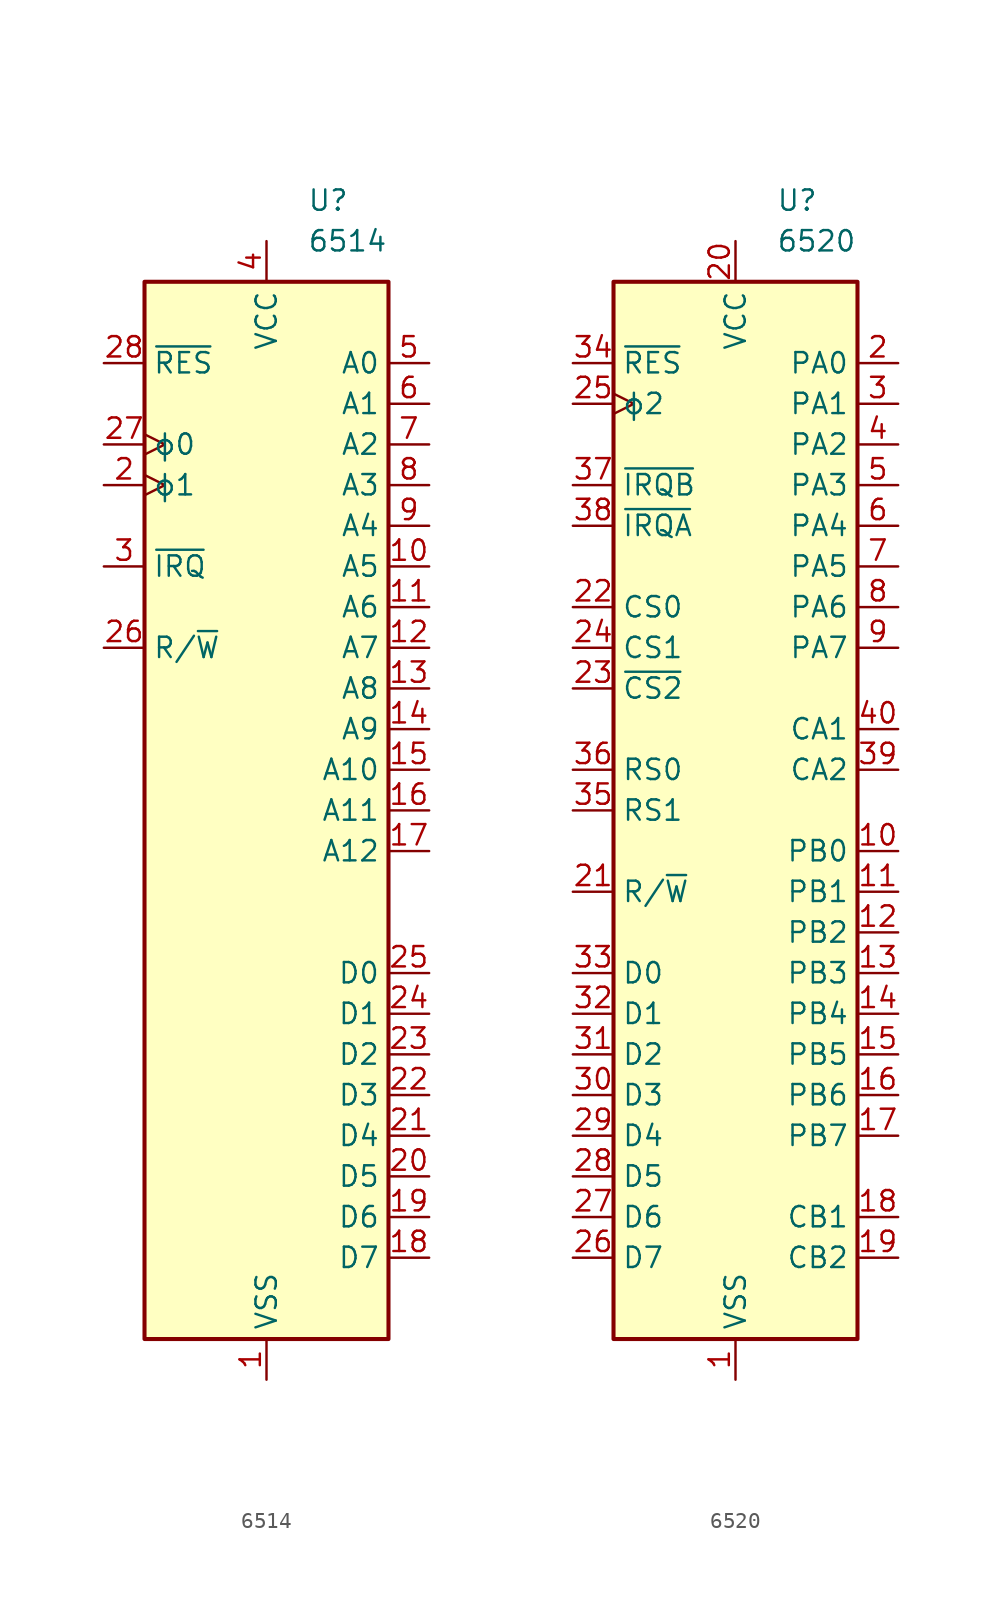
<source format=kicad_sym>
(kicad_symbol_lib
  (version 20220914)
  (generator kicad_symbol_editor)
  (symbol "6514"
    (property "Reference" "U"
      (at 2.54 38.1 0)
      (effects (font (size 1.27 1.27)) (justify left)))
    (property "Value" "6514"
      (at 2.54 35.56 0)
      (effects (font (size 1.27 1.27)) (justify left)))
    (symbol "6514_0_1"
      (rectangle (start -7.62 33.02) (end 7.62 -33.02) (stroke (width 0.254) (type default)) (fill (type background))))
    (symbol "6514_1_1"
      (pin power_in line (at 0 -35.56 90) (length 2.54) (name "VSS" (effects (font (size 1.27 1.27)))) (number "1" (effects (font (size 1.27 1.27)))))
      (pin output line (at 10.16 15.24 180) (length 2.54) (name "A5" (effects (font (size 1.27 1.27)))) (number "10" (effects (font (size 1.27 1.27)))))
      (pin output line (at 10.16 12.7 180) (length 2.54) (name "A6" (effects (font (size 1.27 1.27)))) (number "11" (effects (font (size 1.27 1.27)))))
      (pin output line (at 10.16 10.16 180) (length 2.54) (name "A7" (effects (font (size 1.27 1.27)))) (number "12" (effects (font (size 1.27 1.27)))))
      (pin output line (at 10.16 7.62 180) (length 2.54) (name "A8" (effects (font (size 1.27 1.27)))) (number "13" (effects (font (size 1.27 1.27)))))
      (pin output line (at 10.16 5.08 180) (length 2.54) (name "A9" (effects (font (size 1.27 1.27)))) (number "14" (effects (font (size 1.27 1.27)))))
      (pin output line (at 10.16 2.54 180) (length 2.54) (name "A10" (effects (font (size 1.27 1.27)))) (number "15" (effects (font (size 1.27 1.27)))))
      (pin output line (at 10.16 0 180) (length 2.54) (name "A11" (effects (font (size 1.27 1.27)))) (number "16" (effects (font (size 1.27 1.27)))))
      (pin output line (at 10.16 -2.54 180) (length 2.54) (name "A12" (effects (font (size 1.27 1.27)))) (number "17" (effects (font (size 1.27 1.27)))))
      (pin bidirectional line (at 10.16 -27.94 180) (length 2.54) (name "D7" (effects (font (size 1.27 1.27)))) (number "18" (effects (font (size 1.27 1.27)))))
      (pin bidirectional line (at 10.16 -25.4 180) (length 2.54) (name "D6" (effects (font (size 1.27 1.27)))) (number "19" (effects (font (size 1.27 1.27)))))
      (pin input clock (at -10.16 20.32 0) (length 2.54) (name "ϕ1" (effects (font (size 1.27 1.27)))) (number "2" (effects (font (size 1.27 1.27)))))
      (pin bidirectional line (at 10.16 -22.86 180) (length 2.54) (name "D5" (effects (font (size 1.27 1.27)))) (number "20" (effects (font (size 1.27 1.27)))))
      (pin bidirectional line (at 10.16 -20.32 180) (length 2.54) (name "D4" (effects (font (size 1.27 1.27)))) (number "21" (effects (font (size 1.27 1.27)))))
      (pin bidirectional line (at 10.16 -17.78 180) (length 2.54) (name "D3" (effects (font (size 1.27 1.27)))) (number "22" (effects (font (size 1.27 1.27)))))
      (pin bidirectional line (at 10.16 -15.24 180) (length 2.54) (name "D2" (effects (font (size 1.27 1.27)))) (number "23" (effects (font (size 1.27 1.27)))))
      (pin bidirectional line (at 10.16 -12.7 180) (length 2.54) (name "D1" (effects (font (size 1.27 1.27)))) (number "24" (effects (font (size 1.27 1.27)))))
      (pin bidirectional line (at 10.16 -10.16 180) (length 2.54) (name "D0" (effects (font (size 1.27 1.27)))) (number "25" (effects (font (size 1.27 1.27)))))
      (pin output line (at -10.16 10.16 0) (length 2.54) (name "R/~{W}" (effects (font (size 1.27 1.27)))) (number "26" (effects (font (size 1.27 1.27)))))
      (pin input clock (at -10.16 22.86 0) (length 2.54) (name "ϕ0" (effects (font (size 1.27 1.27)))) (number "27" (effects (font (size 1.27 1.27)))))
      (pin input line (at -10.16 27.94 0) (length 2.54) (name "~{RES}" (effects (font (size 1.27 1.27)))) (number "28" (effects (font (size 1.27 1.27)))))
      (pin input line (at -10.16 15.24 0) (length 2.54) (name "~{IRQ}" (effects (font (size 1.27 1.27)))) (number "3" (effects (font (size 1.27 1.27)))))
      (pin power_in line (at 0 35.56 270) (length 2.54) (name "VCC" (effects (font (size 1.27 1.27)))) (number "4" (effects (font (size 1.27 1.27)))))
      (pin output line (at 10.16 27.94 180) (length 2.54) (name "A0" (effects (font (size 1.27 1.27)))) (number "5" (effects (font (size 1.27 1.27)))))
      (pin output line (at 10.16 25.4 180) (length 2.54) (name "A1" (effects (font (size 1.27 1.27)))) (number "6" (effects (font (size 1.27 1.27)))))
      (pin output line (at 10.16 22.86 180) (length 2.54) (name "A2" (effects (font (size 1.27 1.27)))) (number "7" (effects (font (size 1.27 1.27)))))
      (pin output line (at 10.16 20.32 180) (length 2.54) (name "A3" (effects (font (size 1.27 1.27)))) (number "8" (effects (font (size 1.27 1.27)))))
      (pin output line (at 10.16 17.78 180) (length 2.54) (name "A4" (effects (font (size 1.27 1.27)))) (number "9" (effects (font (size 1.27 1.27)))))))
  (symbol "6520"
    (property "Reference" "U"
      (at 2.54 38.1 0)
      (effects (font (size 1.27 1.27)) (justify left)))
    (property "Value" "6520"
      (at 2.54 35.56 0)
      (effects (font (size 1.27 1.27)) (justify left)))
    (symbol "6520_0_1"
      (rectangle (start -7.62 33.02) (end 7.62 -33.02) (stroke (width 0.254) (type default)) (fill (type background))))
    (symbol "6520_1_1"
      (pin power_in line (at 0 -35.56 90) (length 2.54) (name "VSS" (effects (font (size 1.27 1.27)))) (number "1" (effects (font (size 1.27 1.27)))))
      (pin bidirectional line (at 10.16 -2.54 180) (length 2.54) (name "PB0" (effects (font (size 1.27 1.27)))) (number "10" (effects (font (size 1.27 1.27)))))
      (pin bidirectional line (at 10.16 -5.08 180) (length 2.54) (name "PB1" (effects (font (size 1.27 1.27)))) (number "11" (effects (font (size 1.27 1.27)))))
      (pin bidirectional line (at 10.16 -7.62 180) (length 2.54) (name "PB2" (effects (font (size 1.27 1.27)))) (number "12" (effects (font (size 1.27 1.27)))))
      (pin bidirectional line (at 10.16 -10.16 180) (length 2.54) (name "PB3" (effects (font (size 1.27 1.27)))) (number "13" (effects (font (size 1.27 1.27)))))
      (pin bidirectional line (at 10.16 -12.7 180) (length 2.54) (name "PB4" (effects (font (size 1.27 1.27)))) (number "14" (effects (font (size 1.27 1.27)))))
      (pin bidirectional line (at 10.16 -15.24 180) (length 2.54) (name "PB5" (effects (font (size 1.27 1.27)))) (number "15" (effects (font (size 1.27 1.27)))))
      (pin bidirectional line (at 10.16 -17.78 180) (length 2.54) (name "PB6" (effects (font (size 1.27 1.27)))) (number "16" (effects (font (size 1.27 1.27)))))
      (pin bidirectional line (at 10.16 -20.32 180) (length 2.54) (name "PB7" (effects (font (size 1.27 1.27)))) (number "17" (effects (font (size 1.27 1.27)))))
      (pin input line (at 10.16 -25.4 180) (length 2.54) (name "CB1" (effects (font (size 1.27 1.27)))) (number "18" (effects (font (size 1.27 1.27)))))
      (pin bidirectional line (at 10.16 -27.94 180) (length 2.54) (name "CB2" (effects (font (size 1.27 1.27)))) (number "19" (effects (font (size 1.27 1.27)))))
      (pin bidirectional line (at 10.16 27.94 180) (length 2.54) (name "PA0" (effects (font (size 1.27 1.27)))) (number "2" (effects (font (size 1.27 1.27)))))
      (pin power_in line (at 0 35.56 270) (length 2.54) (name "VCC" (effects (font (size 1.27 1.27)))) (number "20" (effects (font (size 1.27 1.27)))))
      (pin input line (at -10.16 -5.08 0) (length 2.54) (name "R/~{W}" (effects (font (size 1.27 1.27)))) (number "21" (effects (font (size 1.27 1.27)))))
      (pin input line (at -10.16 12.7 0) (length 2.54) (name "CS0" (effects (font (size 1.27 1.27)))) (number "22" (effects (font (size 1.27 1.27)))))
      (pin input line (at -10.16 7.62 0) (length 2.54) (name "~{CS2}" (effects (font (size 1.27 1.27)))) (number "23" (effects (font (size 1.27 1.27)))))
      (pin input line (at -10.16 10.16 0) (length 2.54) (name "CS1" (effects (font (size 1.27 1.27)))) (number "24" (effects (font (size 1.27 1.27)))))
      (pin input clock (at -10.16 25.4 0) (length 2.54) (name "ϕ2" (effects (font (size 1.27 1.27)))) (number "25" (effects (font (size 1.27 1.27)))))
      (pin bidirectional line (at -10.16 -27.94 0) (length 2.54) (name "D7" (effects (font (size 1.27 1.27)))) (number "26" (effects (font (size 1.27 1.27)))))
      (pin bidirectional line (at -10.16 -25.4 0) (length 2.54) (name "D6" (effects (font (size 1.27 1.27)))) (number "27" (effects (font (size 1.27 1.27)))))
      (pin bidirectional line (at -10.16 -22.86 0) (length 2.54) (name "D5" (effects (font (size 1.27 1.27)))) (number "28" (effects (font (size 1.27 1.27)))))
      (pin bidirectional line (at -10.16 -20.32 0) (length 2.54) (name "D4" (effects (font (size 1.27 1.27)))) (number "29" (effects (font (size 1.27 1.27)))))
      (pin bidirectional line (at 10.16 25.4 180) (length 2.54) (name "PA1" (effects (font (size 1.27 1.27)))) (number "3" (effects (font (size 1.27 1.27)))))
      (pin bidirectional line (at -10.16 -17.78 0) (length 2.54) (name "D3" (effects (font (size 1.27 1.27)))) (number "30" (effects (font (size 1.27 1.27)))))
      (pin bidirectional line (at -10.16 -15.24 0) (length 2.54) (name "D2" (effects (font (size 1.27 1.27)))) (number "31" (effects (font (size 1.27 1.27)))))
      (pin bidirectional line (at -10.16 -12.7 0) (length 2.54) (name "D1" (effects (font (size 1.27 1.27)))) (number "32" (effects (font (size 1.27 1.27)))))
      (pin bidirectional line (at -10.16 -10.16 0) (length 2.54) (name "D0" (effects (font (size 1.27 1.27)))) (number "33" (effects (font (size 1.27 1.27)))))
      (pin input line (at -10.16 27.94 0) (length 2.54) (name "~{RES}" (effects (font (size 1.27 1.27)))) (number "34" (effects (font (size 1.27 1.27)))))
      (pin input line (at -10.16 0 0) (length 2.54) (name "RS1" (effects (font (size 1.27 1.27)))) (number "35" (effects (font (size 1.27 1.27)))))
      (pin input line (at -10.16 2.54 0) (length 2.54) (name "RS0" (effects (font (size 1.27 1.27)))) (number "36" (effects (font (size 1.27 1.27)))))
      (pin open_collector line (at -10.16 20.32 0) (length 2.54) (name "~{IRQB}" (effects (font (size 1.27 1.27)))) (number "37" (effects (font (size 1.27 1.27)))))
      (pin open_collector line (at -10.16 17.78 0) (length 2.54) (name "~{IRQA}" (effects (font (size 1.27 1.27)))) (number "38" (effects (font (size 1.27 1.27)))))
      (pin bidirectional line (at 10.16 2.54 180) (length 2.54) (name "CA2" (effects (font (size 1.27 1.27)))) (number "39" (effects (font (size 1.27 1.27)))))
      (pin bidirectional line (at 10.16 22.86 180) (length 2.54) (name "PA2" (effects (font (size 1.27 1.27)))) (number "4" (effects (font (size 1.27 1.27)))))
      (pin input line (at 10.16 5.08 180) (length 2.54) (name "CA1" (effects (font (size 1.27 1.27)))) (number "40" (effects (font (size 1.27 1.27)))))
      (pin bidirectional line (at 10.16 20.32 180) (length 2.54) (name "PA3" (effects (font (size 1.27 1.27)))) (number "5" (effects (font (size 1.27 1.27)))))
      (pin bidirectional line (at 10.16 17.78 180) (length 2.54) (name "PA4" (effects (font (size 1.27 1.27)))) (number "6" (effects (font (size 1.27 1.27)))))
      (pin bidirectional line (at 10.16 15.24 180) (length 2.54) (name "PA5" (effects (font (size 1.27 1.27)))) (number "7" (effects (font (size 1.27 1.27)))))
      (pin bidirectional line (at 10.16 12.7 180) (length 2.54) (name "PA6" (effects (font (size 1.27 1.27)))) (number "8" (effects (font (size 1.27 1.27)))))
      (pin bidirectional line (at 10.16 10.16 180) (length 2.54) (name "PA7" (effects (font (size 1.27 1.27)))) (number "9" (effects (font (size 1.27 1.27))))))))
</source>
